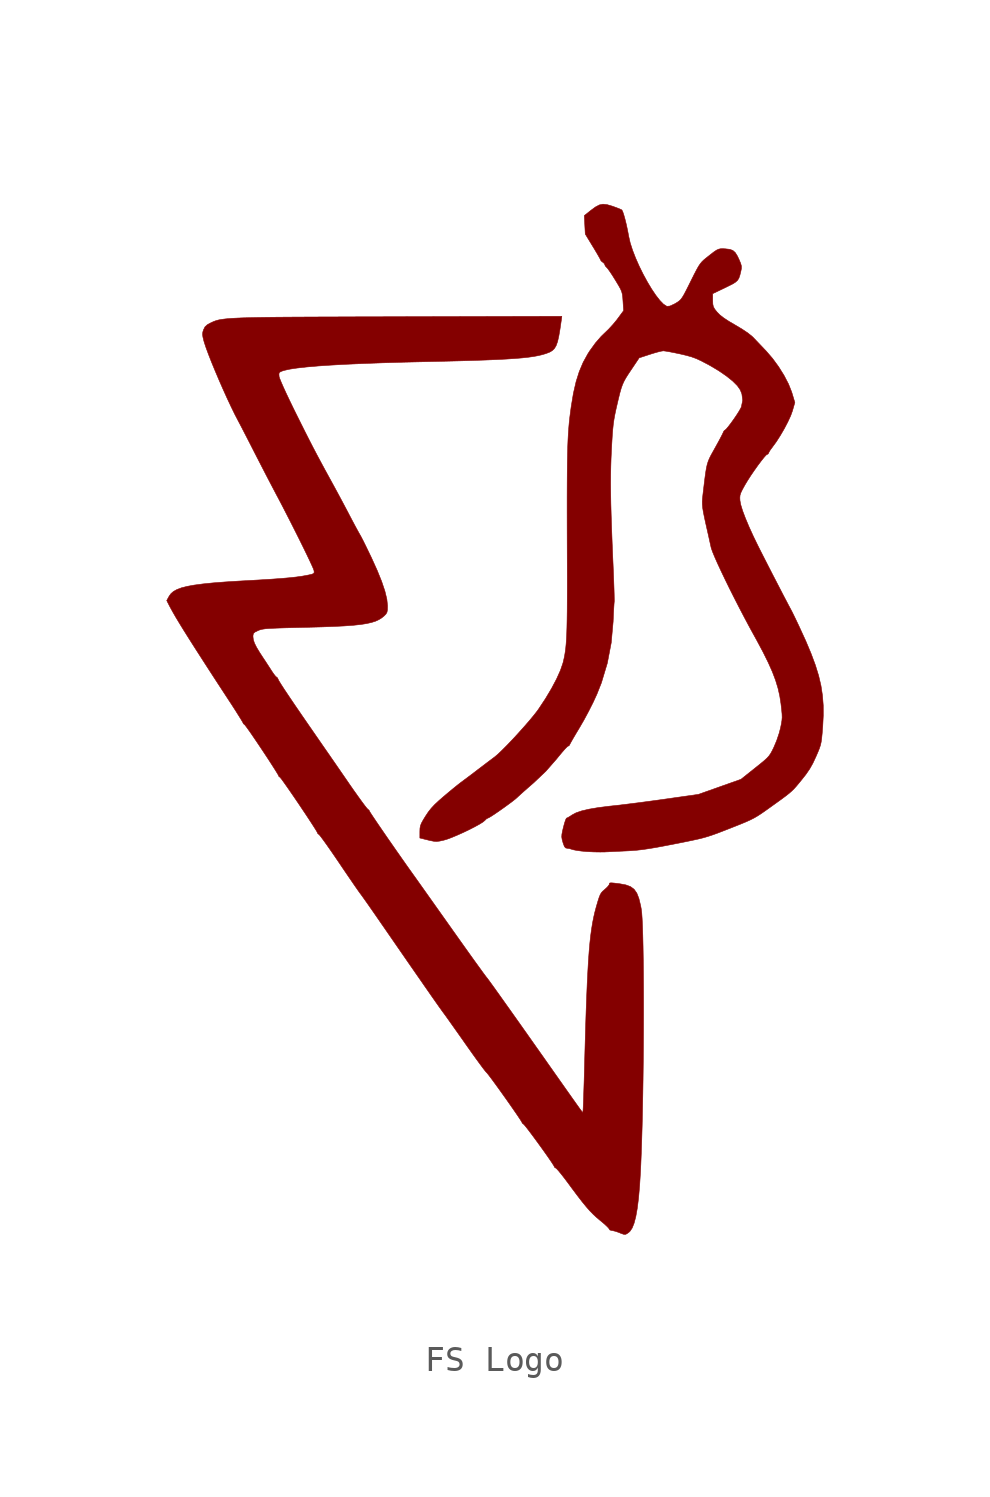
<source format=kicad_sym>
(kicad_symbol_lib
  (version 20220914)
  (generator kicad_symbol_editor)
  (symbol "FS Logo"
    (pin_names
      (offset 1.016))
    (property "Reference" "#G"
      (at 0 24.765 0)
      (effects (font (size 1.27 1.27)) hide))
    (symbol "FS Logo_0_0"
      (polyline (pts (xy 5.581 -20.896) (xy 5.661 -20.839) (xy 5.706 -20.799) (xy 5.794 -20.668) (xy 5.871 -20.476) (xy 5.939 -20.217) (xy 5.997 -19.888) (xy 6.047 -19.485) (xy 6.089 -19.005) (xy 6.124 -18.444) (xy 6.138 -18.142) (xy 6.157 -17.677) (xy 6.174 -17.166) (xy 6.19 -16.617) (xy 6.203 -16.036) (xy 6.215 -15.431) (xy 6.225 -14.808) (xy 6.233 -14.174) (xy 6.239 -13.536) (xy 6.243 -12.9) (xy 6.245 -12.274) (xy 6.245 -11.665) (xy 6.243 -11.079) (xy 6.239 -10.524) (xy 6.233 -10.005) (xy 6.225 -9.531) (xy 6.215 -9.107) (xy 6.203 -8.741) (xy 6.189 -8.439) (xy 6.173 -8.209) (xy 6.154 -8.057) (xy 6.129 -7.923) (xy 6.061 -7.643) (xy 5.979 -7.432) (xy 5.872 -7.28) (xy 5.731 -7.175) (xy 5.548 -7.107) (xy 5.312 -7.063) (xy 5.236 -7.053) (xy 5.072 -7.033) (xy 4.97 -7.025) (xy 4.917 -7.03) (xy 4.896 -7.047) (xy 4.893 -7.079) (xy 4.878 -7.114) (xy 4.812 -7.194) (xy 4.711 -7.287) (xy 4.638 -7.349) (xy 4.58 -7.413) (xy 4.533 -7.491) (xy 4.489 -7.601) (xy 4.438 -7.76) (xy 4.373 -7.983) (xy 4.37 -7.995) (xy 4.318 -8.19) (xy 4.272 -8.393) (xy 4.229 -8.611) (xy 4.191 -8.848) (xy 4.155 -9.11) (xy 4.123 -9.403) (xy 4.094 -9.732) (xy 4.067 -10.103) (xy 4.043 -10.52) (xy 4.019 -10.99) (xy 3.997 -11.518) (xy 3.975 -12.109) (xy 3.954 -12.768) (xy 3.933 -13.502) (xy 3.911 -14.316) (xy 3.907 -14.481) (xy 3.897 -14.847) (xy 3.886 -15.182) (xy 3.877 -15.477) (xy 3.868 -15.723) (xy 3.86 -15.912) (xy 3.853 -16.033) (xy 3.848 -16.078) (xy 3.846 -16.083) (xy 3.845 -16.091) (xy 3.845 -16.098) (xy 3.84 -16.098) (xy 3.829 -16.087) (xy 3.807 -16.06) (xy 3.771 -16.013) (xy 3.719 -15.942) (xy 3.647 -15.841) (xy 3.552 -15.708) (xy 3.43 -15.536) (xy 3.279 -15.322) (xy 3.094 -15.06) (xy 2.874 -14.748) (xy 2.614 -14.379) (xy 2.312 -13.949) (xy 1.963 -13.455) (xy 1.957 -13.446) (xy 1.66 -13.025) (xy 1.376 -12.623) (xy 1.109 -12.246) (xy 0.863 -11.9) (xy 0.642 -11.589) (xy 0.451 -11.321) (xy 0.292 -11.099) (xy 0.17 -10.931) (xy 0.089 -10.82) (xy 0.053 -10.774) (xy 0.045 -10.766) (xy -0.008 -10.696) (xy -0.104 -10.566) (xy -0.237 -10.382) (xy -0.404 -10.152) (xy -0.598 -9.881) (xy -0.815 -9.577) (xy -1.05 -9.247) (xy -1.298 -8.898) (xy -1.345 -8.831) (xy -1.6 -8.471) (xy -1.847 -8.123) (xy -2.08 -7.794) (xy -2.293 -7.494) (xy -2.48 -7.23) (xy -2.636 -7.01) (xy -2.754 -6.844) (xy -2.829 -6.739) (xy -2.919 -6.613) (xy -3.113 -6.34) (xy -3.316 -6.051) (xy -3.522 -5.757) (xy -3.726 -5.464) (xy -3.922 -5.182) (xy -4.103 -4.918) (xy -4.265 -4.681) (xy -4.4 -4.481) (xy -4.505 -4.324) (xy -4.571 -4.22) (xy -4.595 -4.177) (xy -4.601 -4.158) (xy -4.654 -4.114) (xy -4.656 -4.112) (xy -4.699 -4.065) (xy -4.783 -3.958) (xy -4.901 -3.799) (xy -5.045 -3.599) (xy -5.21 -3.367) (xy -5.388 -3.111) (xy -5.489 -2.963) (xy -5.726 -2.62) (xy -5.981 -2.25) (xy -6.238 -1.879) (xy -6.481 -1.529) (xy -6.691 -1.225) (xy -6.931 -0.878) (xy -7.261 -0.4) (xy -7.542 0.01) (xy -7.772 0.351) (xy -7.954 0.623) (xy -8.085 0.827) (xy -8.168 0.962) (xy -8.201 1.029) (xy -8.218 1.071) (xy -8.259 1.106) (xy -8.26 1.106) (xy -8.3 1.14) (xy -8.369 1.228) (xy -8.453 1.351) (xy -8.461 1.365) (xy -8.567 1.529) (xy -8.692 1.721) (xy -8.812 1.902) (xy -8.921 2.069) (xy -9.048 2.28) (xy -9.131 2.447) (xy -9.176 2.584) (xy -9.19 2.702) (xy -9.188 2.762) (xy -9.168 2.834) (xy -9.108 2.886) (xy -8.989 2.944) (xy -8.938 2.965) (xy -8.877 2.984) (xy -8.803 3) (xy -8.706 3.014) (xy -8.577 3.025) (xy -8.408 3.034) (xy -8.19 3.043) (xy -7.913 3.052) (xy -7.569 3.061) (xy -7.149 3.071) (xy -7.013 3.074) (xy -6.461 3.089) (xy -5.985 3.107) (xy -5.579 3.127) (xy -5.236 3.152) (xy -4.948 3.182) (xy -4.709 3.219) (xy -4.511 3.263) (xy -4.349 3.314) (xy -4.214 3.376) (xy -4.1 3.447) (xy -4 3.53) (xy -3.936 3.596) (xy -3.894 3.669) (xy -3.876 3.767) (xy -3.873 3.921) (xy -3.873 3.933) (xy -3.9 4.189) (xy -3.977 4.505) (xy -4.104 4.883) (xy -4.282 5.323) (xy -4.511 5.829) (xy -4.627 6.069) (xy -4.737 6.296) (xy -4.833 6.49) (xy -4.909 6.637) (xy -4.956 6.722) (xy -4.985 6.772) (xy -5.056 6.9) (xy -5.152 7.077) (xy -5.263 7.285) (xy -5.381 7.509) (xy -5.414 7.573) (xy -5.568 7.865) (xy -5.74 8.188) (xy -5.912 8.507) (xy -6.064 8.786) (xy -6.147 8.937) (xy -6.342 9.293) (xy -6.512 9.608) (xy -6.667 9.898) (xy -6.815 10.18) (xy -6.965 10.472) (xy -7.126 10.789) (xy -7.306 11.149) (xy -7.515 11.568) (xy -7.603 11.747) (xy -7.748 12.047) (xy -7.879 12.323) (xy -7.99 12.565) (xy -8.076 12.762) (xy -8.134 12.905) (xy -8.158 12.982) (xy -8.159 12.991) (xy -8.165 13.096) (xy -8.136 13.153) (xy -8.057 13.193) (xy -7.95 13.227) (xy -7.734 13.275) (xy -7.443 13.319) (xy -7.076 13.36) (xy -6.633 13.399) (xy -6.112 13.434) (xy -5.512 13.467) (xy -4.832 13.497) (xy -4.07 13.525) (xy -3.226 13.55) (xy -2.297 13.572) (xy -1.685 13.586) (xy -1.045 13.602) (xy -0.478 13.619) (xy 0.019 13.636) (xy 0.454 13.654) (xy 0.832 13.674) (xy 1.158 13.695) (xy 1.438 13.718) (xy 1.679 13.744) (xy 1.885 13.773) (xy 2.063 13.805) (xy 2.218 13.841) (xy 2.357 13.881) (xy 2.4 13.895) (xy 2.534 13.947) (xy 2.64 14.01) (xy 2.725 14.094) (xy 2.792 14.209) (xy 2.848 14.367) (xy 2.896 14.578) (xy 2.943 14.853) (xy 2.994 15.201) (xy 3.016 15.363) (xy -3.417 15.347) (xy -3.588 15.346) (xy -4.475 15.344) (xy -5.281 15.342) (xy -6.011 15.339) (xy -6.669 15.337) (xy -7.259 15.334) (xy -7.785 15.331) (xy -8.252 15.327) (xy -8.662 15.322) (xy -9.022 15.316) (xy -9.334 15.309) (xy -9.602 15.302) (xy -9.832 15.292) (xy -10.026 15.282) (xy -10.19 15.269) (xy -10.326 15.255) (xy -10.44 15.239) (xy -10.535 15.222) (xy -10.615 15.202) (xy -10.685 15.179) (xy -10.749 15.155) (xy -10.81 15.127) (xy -10.873 15.097) (xy -10.993 15.032) (xy -11.085 14.948) (xy -11.143 14.833) (xy -11.172 14.745) (xy -11.182 14.655) (xy -11.169 14.546) (xy -11.13 14.386) (xy -11.113 14.327) (xy -11.044 14.119) (xy -10.945 13.852) (xy -10.823 13.541) (xy -10.682 13.199) (xy -10.529 12.839) (xy -10.37 12.476) (xy -10.21 12.122) (xy -10.055 11.792) (xy -9.912 11.498) (xy -9.785 11.254) (xy -9.738 11.165) (xy -9.656 11.009) (xy -9.55 10.803) (xy -9.423 10.557) (xy -9.283 10.284) (xy -9.137 9.998) (xy -9.033 9.795) (xy -8.862 9.463) (xy -8.689 9.127) (xy -8.522 8.807) (xy -8.374 8.524) (xy -8.254 8.296) (xy -8.19 8.177) (xy -8.03 7.871) (xy -7.863 7.546) (xy -7.692 7.212) (xy -7.523 6.877) (xy -7.36 6.552) (xy -7.208 6.245) (xy -7.072 5.966) (xy -6.957 5.725) (xy -6.867 5.531) (xy -6.806 5.394) (xy -6.781 5.323) (xy -6.776 5.301) (xy -6.771 5.243) (xy -6.791 5.204) (xy -6.85 5.174) (xy -6.965 5.146) (xy -7.148 5.111) (xy -7.25 5.093) (xy -7.473 5.062) (xy -7.747 5.032) (xy -8.078 5.003) (xy -8.474 4.974) (xy -8.942 4.945) (xy -9.488 4.914) (xy -9.748 4.9) (xy -10.299 4.865) (xy -10.772 4.828) (xy -11.174 4.787) (xy -11.512 4.742) (xy -11.79 4.691) (xy -12.015 4.634) (xy -12.193 4.567) (xy -12.329 4.492) (xy -12.429 4.406) (xy -12.5 4.308) (xy -12.598 4.131) (xy -12.505 3.948) (xy -12.451 3.846) (xy -12.357 3.675) (xy -12.241 3.473) (xy -12.098 3.236) (xy -11.928 2.959) (xy -11.726 2.637) (xy -11.491 2.267) (xy -11.219 1.844) (xy -10.909 1.363) (xy -10.556 0.82) (xy -10.158 0.211) (xy -10.028 0.013) (xy -9.881 -0.216) (xy -9.756 -0.415) (xy -9.658 -0.572) (xy -9.595 -0.679) (xy -9.573 -0.724) (xy -9.572 -0.734) (xy -9.531 -0.766) (xy -9.505 -0.792) (xy -9.438 -0.88) (xy -9.339 -1.018) (xy -9.215 -1.197) (xy -9.073 -1.406) (xy -8.921 -1.632) (xy -8.765 -1.866) (xy -8.613 -2.096) (xy -8.473 -2.312) (xy -8.351 -2.502) (xy -8.255 -2.656) (xy -8.191 -2.762) (xy -8.169 -2.811) (xy -8.168 -2.82) (xy -8.127 -2.85) (xy -8.118 -2.857) (xy -8.068 -2.918) (xy -7.982 -3.036) (xy -7.866 -3.2) (xy -7.728 -3.398) (xy -7.574 -3.622) (xy -7.412 -3.86) (xy -7.249 -4.103) (xy -7.091 -4.339) (xy -6.947 -4.558) (xy -6.822 -4.75) (xy -6.724 -4.904) (xy -6.66 -5.01) (xy -6.637 -5.058) (xy -6.632 -5.076) (xy -6.58 -5.118) (xy -6.566 -5.131) (xy -6.507 -5.204) (xy -6.41 -5.335) (xy -6.281 -5.514) (xy -6.127 -5.734) (xy -5.953 -5.986) (xy -5.766 -6.261) (xy -5.672 -6.401) (xy -5.49 -6.669) (xy -5.323 -6.913) (xy -5.179 -7.123) (xy -5.063 -7.29) (xy -4.982 -7.405) (xy -4.943 -7.458) (xy -4.925 -7.481) (xy -4.86 -7.571) (xy -4.756 -7.717) (xy -4.621 -7.909) (xy -4.46 -8.14) (xy -4.28 -8.399) (xy -4.087 -8.679) (xy -4.073 -8.698) (xy -3.67 -9.282) (xy -3.299 -9.819) (xy -2.96 -10.309) (xy -2.656 -10.746) (xy -2.39 -11.13) (xy -2.162 -11.458) (xy -1.974 -11.726) (xy -1.829 -11.932) (xy -1.728 -12.073) (xy -1.674 -12.147) (xy -1.659 -12.167) (xy -1.591 -12.26) (xy -1.484 -12.409) (xy -1.346 -12.604) (xy -1.182 -12.835) (xy -0.999 -13.094) (xy -0.805 -13.37) (xy -0.714 -13.499) (xy -0.528 -13.762) (xy -0.357 -14) (xy -0.208 -14.203) (xy -0.089 -14.363) (xy -0.005 -14.471) (xy 0.037 -14.518) (xy 0.057 -14.538) (xy 0.123 -14.62) (xy 0.224 -14.753) (xy 0.352 -14.927) (xy 0.499 -15.129) (xy 0.658 -15.351) (xy 0.821 -15.58) (xy 0.98 -15.806) (xy 1.127 -16.018) (xy 1.255 -16.204) (xy 1.356 -16.355) (xy 1.423 -16.459) (xy 1.447 -16.505) (xy 1.451 -16.521) (xy 1.502 -16.562) (xy 1.522 -16.58) (xy 1.588 -16.658) (xy 1.688 -16.786) (xy 1.814 -16.953) (xy 1.957 -17.146) (xy 2.109 -17.354) (xy 2.261 -17.565) (xy 2.405 -17.767) (xy 2.531 -17.949) (xy 2.632 -18.098) (xy 2.699 -18.203) (xy 2.723 -18.251) (xy 2.727 -18.267) (xy 2.776 -18.297) (xy 2.813 -18.327) (xy 2.893 -18.415) (xy 3.004 -18.552) (xy 3.139 -18.725) (xy 3.288 -18.925) (xy 3.408 -19.088) (xy 3.631 -19.386) (xy 3.818 -19.628) (xy 3.98 -19.826) (xy 4.124 -19.99) (xy 4.261 -20.13) (xy 4.398 -20.256) (xy 4.545 -20.38) (xy 4.649 -20.465) (xy 4.773 -20.576) (xy 4.859 -20.662) (xy 4.891 -20.709) (xy 4.913 -20.743) (xy 4.989 -20.765) (xy 5.024 -20.769) (xy 5.141 -20.798) (xy 5.276 -20.845) (xy 5.342 -20.873) (xy 5.45 -20.912) (xy 5.52 -20.92) (xy 5.581 -20.896)) (stroke (width 0.01) (type default)) (fill (type outline)))
      (polyline (pts (xy 4.723 -5.805) (xy 4.734 -5.804) (xy 4.906 -5.796) (xy 5.133 -5.785) (xy 5.386 -5.773) (xy 5.637 -5.761) (xy 5.766 -5.753) (xy 5.976 -5.737) (xy 6.197 -5.712) (xy 6.442 -5.676) (xy 6.727 -5.629) (xy 7.066 -5.566) (xy 7.474 -5.487) (xy 7.583 -5.466) (xy 7.919 -5.399) (xy 8.192 -5.342) (xy 8.418 -5.292) (xy 8.612 -5.244) (xy 8.79 -5.192) (xy 8.969 -5.133) (xy 9.164 -5.063) (xy 9.39 -4.976) (xy 9.665 -4.869) (xy 9.806 -4.813) (xy 10.076 -4.706) (xy 10.29 -4.617) (xy 10.463 -4.539) (xy 10.613 -4.463) (xy 10.755 -4.38) (xy 10.906 -4.282) (xy 11.081 -4.16) (xy 11.296 -4.006) (xy 11.476 -3.877) (xy 11.694 -3.72) (xy 11.862 -3.595) (xy 11.993 -3.492) (xy 12.099 -3.4) (xy 12.193 -3.308) (xy 12.285 -3.205) (xy 12.388 -3.082) (xy 12.514 -2.927) (xy 12.661 -2.74) (xy 12.81 -2.523) (xy 12.936 -2.299) (xy 13.061 -2.031) (xy 13.134 -1.862) (xy 13.193 -1.716) (xy 13.235 -1.589) (xy 13.264 -1.461) (xy 13.285 -1.31) (xy 13.304 -1.117) (xy 13.324 -0.859) (xy 13.325 -0.855) (xy 13.347 -0.421) (xy 13.346 -0.015) (xy 13.316 0.376) (xy 13.257 0.764) (xy 13.164 1.161) (xy 13.035 1.579) (xy 12.867 2.031) (xy 12.658 2.529) (xy 12.403 3.085) (xy 12.353 3.192) (xy 12.256 3.396) (xy 12.171 3.57) (xy 12.108 3.698) (xy 12.073 3.765) (xy 12.049 3.809) (xy 11.985 3.928) (xy 11.893 4.104) (xy 11.777 4.324) (xy 11.646 4.578) (xy 11.503 4.854) (xy 11.355 5.139) (xy 11.209 5.424) (xy 11.07 5.696) (xy 10.944 5.943) (xy 10.837 6.154) (xy 10.755 6.318) (xy 10.586 6.665) (xy 10.412 7.047) (xy 10.269 7.387) (xy 10.159 7.679) (xy 10.087 7.914) (xy 10.055 8.084) (xy 10.05 8.189) (xy 10.057 8.285) (xy 10.087 8.383) (xy 10.146 8.507) (xy 10.241 8.68) (xy 10.251 8.698) (xy 10.359 8.878) (xy 10.486 9.075) (xy 10.624 9.277) (xy 10.762 9.471) (xy 10.892 9.644) (xy 11.003 9.784) (xy 11.088 9.878) (xy 11.136 9.912) (xy 11.156 9.916) (xy 11.19 9.962) (xy 11.2 9.992) (xy 11.251 10.078) (xy 11.331 10.185) (xy 11.34 10.198) (xy 11.492 10.406) (xy 11.651 10.655) (xy 11.807 10.923) (xy 11.946 11.189) (xy 12.058 11.43) (xy 12.129 11.626) (xy 12.224 11.956) (xy 12.108 12.342) (xy 12.097 12.376) (xy 11.973 12.688) (xy 11.796 13.028) (xy 11.58 13.374) (xy 11.338 13.704) (xy 11.084 13.998) (xy 11.012 14.073) (xy 10.854 14.239) (xy 10.705 14.395) (xy 10.59 14.516) (xy 10.55 14.556) (xy 10.381 14.693) (xy 10.148 14.851) (xy 9.862 15.022) (xy 9.611 15.169) (xy 9.409 15.302) (xy 9.26 15.419) (xy 9.149 15.532) (xy 9.06 15.643) (xy 9.005 15.74) (xy 8.982 15.846) (xy 8.977 15.997) (xy 8.977 16.258) (xy 9.47 16.494) (xy 9.561 16.539) (xy 9.746 16.631) (xy 9.873 16.708) (xy 9.958 16.783) (xy 10.013 16.872) (xy 10.053 16.989) (xy 10.092 17.149) (xy 10.112 17.252) (xy 10.112 17.349) (xy 10.083 17.455) (xy 10.02 17.605) (xy 9.955 17.743) (xy 9.868 17.883) (xy 9.772 17.967) (xy 9.648 18.011) (xy 9.475 18.03) (xy 9.386 18.035) (xy 9.296 18.034) (xy 9.217 18.018) (xy 9.134 17.981) (xy 9.031 17.913) (xy 8.893 17.807) (xy 8.704 17.657) (xy 8.629 17.595) (xy 8.554 17.523) (xy 8.486 17.441) (xy 8.415 17.335) (xy 8.335 17.192) (xy 8.235 16.999) (xy 8.107 16.742) (xy 8.041 16.609) (xy 7.931 16.39) (xy 7.847 16.23) (xy 7.779 16.116) (xy 7.72 16.035) (xy 7.661 15.977) (xy 7.594 15.928) (xy 7.51 15.876) (xy 7.452 15.844) (xy 7.286 15.769) (xy 7.175 15.758) (xy 7.154 15.765) (xy 7.032 15.844) (xy 6.889 15.991) (xy 6.731 16.193) (xy 6.564 16.441) (xy 6.395 16.723) (xy 6.229 17.028) (xy 6.072 17.346) (xy 5.931 17.665) (xy 5.811 17.974) (xy 5.718 18.263) (xy 5.659 18.52) (xy 5.658 18.529) (xy 5.614 18.76) (xy 5.565 18.99) (xy 5.513 19.201) (xy 5.463 19.379) (xy 5.42 19.505) (xy 5.388 19.564) (xy 5.381 19.57) (xy 5.304 19.606) (xy 5.175 19.657) (xy 5.017 19.714) (xy 5.011 19.716) (xy 4.806 19.776) (xy 4.642 19.794) (xy 4.496 19.764) (xy 4.342 19.682) (xy 4.154 19.543) (xy 3.905 19.344) (xy 3.923 18.979) (xy 3.942 18.614) (xy 4.247 18.112) (xy 4.282 18.056) (xy 4.388 17.877) (xy 4.474 17.729) (xy 4.532 17.625) (xy 4.552 17.58) (xy 4.571 17.549) (xy 4.638 17.496) (xy 4.69 17.451) (xy 4.723 17.384) (xy 4.727 17.36) (xy 4.777 17.305) (xy 4.78 17.302) (xy 4.828 17.25) (xy 4.907 17.141) (xy 5.008 16.99) (xy 5.12 16.811) (xy 5.147 16.767) (xy 5.257 16.584) (xy 5.332 16.449) (xy 5.379 16.34) (xy 5.406 16.237) (xy 5.422 16.118) (xy 5.433 15.962) (xy 5.457 15.587) (xy 5.218 15.264) (xy 5.194 15.231) (xy 5.038 15.042) (xy 4.861 14.85) (xy 4.698 14.693) (xy 4.571 14.57) (xy 4.346 14.311) (xy 4.123 14.003) (xy 4.042 13.877) (xy 3.857 13.54) (xy 3.704 13.178) (xy 3.578 12.777) (xy 3.473 12.321) (xy 3.386 11.796) (xy 3.382 11.768) (xy 3.354 11.562) (xy 3.329 11.362) (xy 3.307 11.161) (xy 3.289 10.953) (xy 3.273 10.732) (xy 3.26 10.49) (xy 3.249 10.222) (xy 3.241 9.921) (xy 3.234 9.58) (xy 3.23 9.193) (xy 3.227 8.753) (xy 3.225 8.255) (xy 3.225 7.691) (xy 3.226 7.054) (xy 3.228 6.339) (xy 3.23 5.689) (xy 3.232 5.09) (xy 3.232 4.564) (xy 3.23 4.106) (xy 3.228 3.707) (xy 3.223 3.364) (xy 3.217 3.069) (xy 3.209 2.817) (xy 3.198 2.601) (xy 3.185 2.415) (xy 3.17 2.253) (xy 3.151 2.109) (xy 3.13 1.977) (xy 3.105 1.851) (xy 3.076 1.725) (xy 3.061 1.664) (xy 2.961 1.372) (xy 2.808 1.032) (xy 2.609 0.656) (xy 2.37 0.255) (xy 2.096 -0.159) (xy 2.044 -0.232) (xy 1.901 -0.414) (xy 1.721 -0.631) (xy 1.514 -0.868) (xy 1.293 -1.115) (xy 1.069 -1.358) (xy 0.852 -1.585) (xy 0.655 -1.783) (xy 0.49 -1.941) (xy 0.367 -2.045) (xy 0.26 -2.125) (xy 0.083 -2.258) (xy -0.115 -2.409) (xy -0.308 -2.555) (xy -0.459 -2.671) (xy -0.651 -2.816) (xy -0.824 -2.945) (xy -0.953 -3.042) (xy -0.978 -3.06) (xy -1.11 -3.163) (xy -1.282 -3.302) (xy -1.474 -3.461) (xy -1.667 -3.624) (xy -1.835 -3.77) (xy -2.01 -3.933) (xy -2.146 -4.079) (xy -2.261 -4.225) (xy -2.372 -4.392) (xy -2.462 -4.539) (xy -2.534 -4.67) (xy -2.574 -4.775) (xy -2.591 -4.877) (xy -2.595 -5.002) (xy -2.595 -5.254) (xy -2.275 -5.333) (xy -2.183 -5.355) (xy -2.041 -5.383) (xy -1.929 -5.39) (xy -1.809 -5.375) (xy -1.647 -5.339) (xy -1.53 -5.305) (xy -1.343 -5.236) (xy -1.125 -5.145) (xy -0.89 -5.04) (xy -0.655 -4.928) (xy -0.436 -4.816) (xy -0.248 -4.713) (xy -0.107 -4.626) (xy -0.03 -4.563) (xy 0.036 -4.497) (xy 0.093 -4.467) (xy 0.133 -4.45) (xy 0.232 -4.391) (xy 0.371 -4.3) (xy 0.537 -4.186) (xy 0.715 -4.061) (xy 0.89 -3.934) (xy 1.048 -3.817) (xy 1.174 -3.718) (xy 1.253 -3.649) (xy 1.284 -3.619) (xy 1.387 -3.525) (xy 1.532 -3.395) (xy 1.705 -3.243) (xy 1.891 -3.081) (xy 1.904 -3.07) (xy 2.383 -2.616) (xy 2.808 -2.13) (xy 2.883 -2.037) (xy 3.02 -1.872) (xy 3.136 -1.74) (xy 3.222 -1.652) (xy 3.265 -1.619) (xy 3.285 -1.616) (xy 3.319 -1.581) (xy 3.337 -1.54) (xy 3.393 -1.438) (xy 3.48 -1.286) (xy 3.591 -1.098) (xy 3.719 -0.885) (xy 3.883 -0.602) (xy 4.074 -0.247) (xy 4.253 0.108) (xy 4.401 0.43) (xy 4.58 0.882) (xy 4.814 1.659) (xy 4.968 2.465) (xy 5.043 3.297) (xy 5.049 3.437) (xy 5.059 3.664) (xy 5.07 3.859) (xy 5.079 4.002) (xy 5.086 4.077) (xy 5.088 4.103) (xy 5.087 4.21) (xy 5.084 4.385) (xy 5.077 4.617) (xy 5.067 4.895) (xy 5.055 5.208) (xy 5.041 5.545) (xy 5.032 5.741) (xy 5.005 6.394) (xy 4.983 6.974) (xy 4.966 7.489) (xy 4.953 7.95) (xy 4.946 8.364) (xy 4.943 8.742) (xy 4.945 9.093) (xy 4.951 9.425) (xy 4.961 9.748) (xy 4.976 10.07) (xy 4.989 10.318) (xy 5.008 10.63) (xy 5.028 10.886) (xy 5.05 11.101) (xy 5.078 11.294) (xy 5.112 11.481) (xy 5.154 11.679) (xy 5.187 11.823) (xy 5.254 12.111) (xy 5.31 12.337) (xy 5.361 12.516) (xy 5.413 12.663) (xy 5.472 12.793) (xy 5.542 12.921) (xy 5.63 13.061) (xy 5.742 13.229) (xy 6.072 13.721) (xy 6.495 13.859) (xy 6.621 13.899) (xy 6.798 13.95) (xy 6.94 13.985) (xy 7.024 13.998) (xy 7.032 13.998) (xy 7.124 13.986) (xy 7.276 13.96) (xy 7.47 13.922) (xy 7.686 13.877) (xy 7.932 13.819) (xy 8.137 13.762) (xy 8.32 13.695) (xy 8.513 13.607) (xy 8.747 13.485) (xy 8.88 13.413) (xy 9.221 13.209) (xy 9.519 13.004) (xy 9.766 12.806) (xy 9.952 12.621) (xy 10.066 12.458) (xy 10.13 12.299) (xy 10.163 12.044) (xy 10.111 11.785) (xy 10.091 11.74) (xy 10.024 11.621) (xy 9.93 11.472) (xy 9.819 11.308) (xy 9.704 11.148) (xy 9.598 11.009) (xy 9.513 10.908) (xy 9.46 10.862) (xy 9.436 10.849) (xy 9.403 10.798) (xy 9.396 10.778) (xy 9.356 10.693) (xy 9.284 10.554) (xy 9.189 10.377) (xy 9.078 10.176) (xy 8.989 10.016) (xy 8.91 9.874) (xy 8.849 9.752) (xy 8.801 9.636) (xy 8.762 9.515) (xy 8.73 9.374) (xy 8.701 9.201) (xy 8.671 8.983) (xy 8.637 8.707) (xy 8.596 8.359) (xy 8.59 8.308) (xy 8.575 8.168) (xy 8.567 8.045) (xy 8.569 7.926) (xy 8.581 7.795) (xy 8.606 7.638) (xy 8.645 7.441) (xy 8.699 7.191) (xy 8.771 6.871) (xy 8.783 6.82) (xy 8.831 6.606) (xy 8.877 6.396) (xy 8.914 6.23) (xy 8.92 6.205) (xy 8.968 6.066) (xy 9.051 5.864) (xy 9.164 5.608) (xy 9.304 5.307) (xy 9.465 4.97) (xy 9.643 4.606) (xy 9.834 4.226) (xy 10.034 3.836) (xy 10.237 3.448) (xy 10.439 3.069) (xy 10.636 2.71) (xy 10.723 2.553) (xy 10.969 2.092) (xy 11.171 1.684) (xy 11.334 1.319) (xy 11.461 0.984) (xy 11.557 0.67) (xy 11.627 0.363) (xy 11.675 0.054) (xy 11.675 0.049) (xy 11.702 -0.183) (xy 11.718 -0.353) (xy 11.722 -0.487) (xy 11.713 -0.608) (xy 11.692 -0.739) (xy 11.658 -0.904) (xy 11.604 -1.112) (xy 11.506 -1.403) (xy 11.394 -1.669) (xy 11.394 -1.67) (xy 11.326 -1.808) (xy 11.267 -1.915) (xy 11.203 -2.007) (xy 11.123 -2.096) (xy 11.013 -2.196) (xy 10.861 -2.322) (xy 10.655 -2.487) (xy 10.095 -2.933) (xy 9.255 -3.231) (xy 8.414 -3.529) (xy 7.089 -3.717) (xy 7.046 -3.724) (xy 6.675 -3.775) (xy 6.295 -3.826) (xy 5.926 -3.874) (xy 5.585 -3.917) (xy 5.291 -3.953) (xy 5.063 -3.978) (xy 4.892 -3.996) (xy 4.451 -4.052) (xy 4.088 -4.114) (xy 3.798 -4.182) (xy 3.577 -4.258) (xy 3.418 -4.343) (xy 3.353 -4.387) (xy 3.257 -4.445) (xy 3.203 -4.467) (xy 3.194 -4.475) (xy 3.162 -4.543) (xy 3.121 -4.667) (xy 3.078 -4.829) (xy 3.043 -4.975) (xy 3.018 -5.109) (xy 3.012 -5.21) (xy 3.026 -5.306) (xy 3.058 -5.425) (xy 3.071 -5.467) (xy 3.116 -5.586) (xy 3.161 -5.643) (xy 3.22 -5.659) (xy 3.313 -5.671) (xy 3.433 -5.707) (xy 3.477 -5.72) (xy 3.607 -5.745) (xy 3.782 -5.769) (xy 3.978 -5.788) (xy 4.057 -5.793) (xy 4.295 -5.804) (xy 4.531 -5.808) (xy 4.723 -5.805)) (stroke (width 0.01) (type default)) (fill (type outline))))))
</source>
